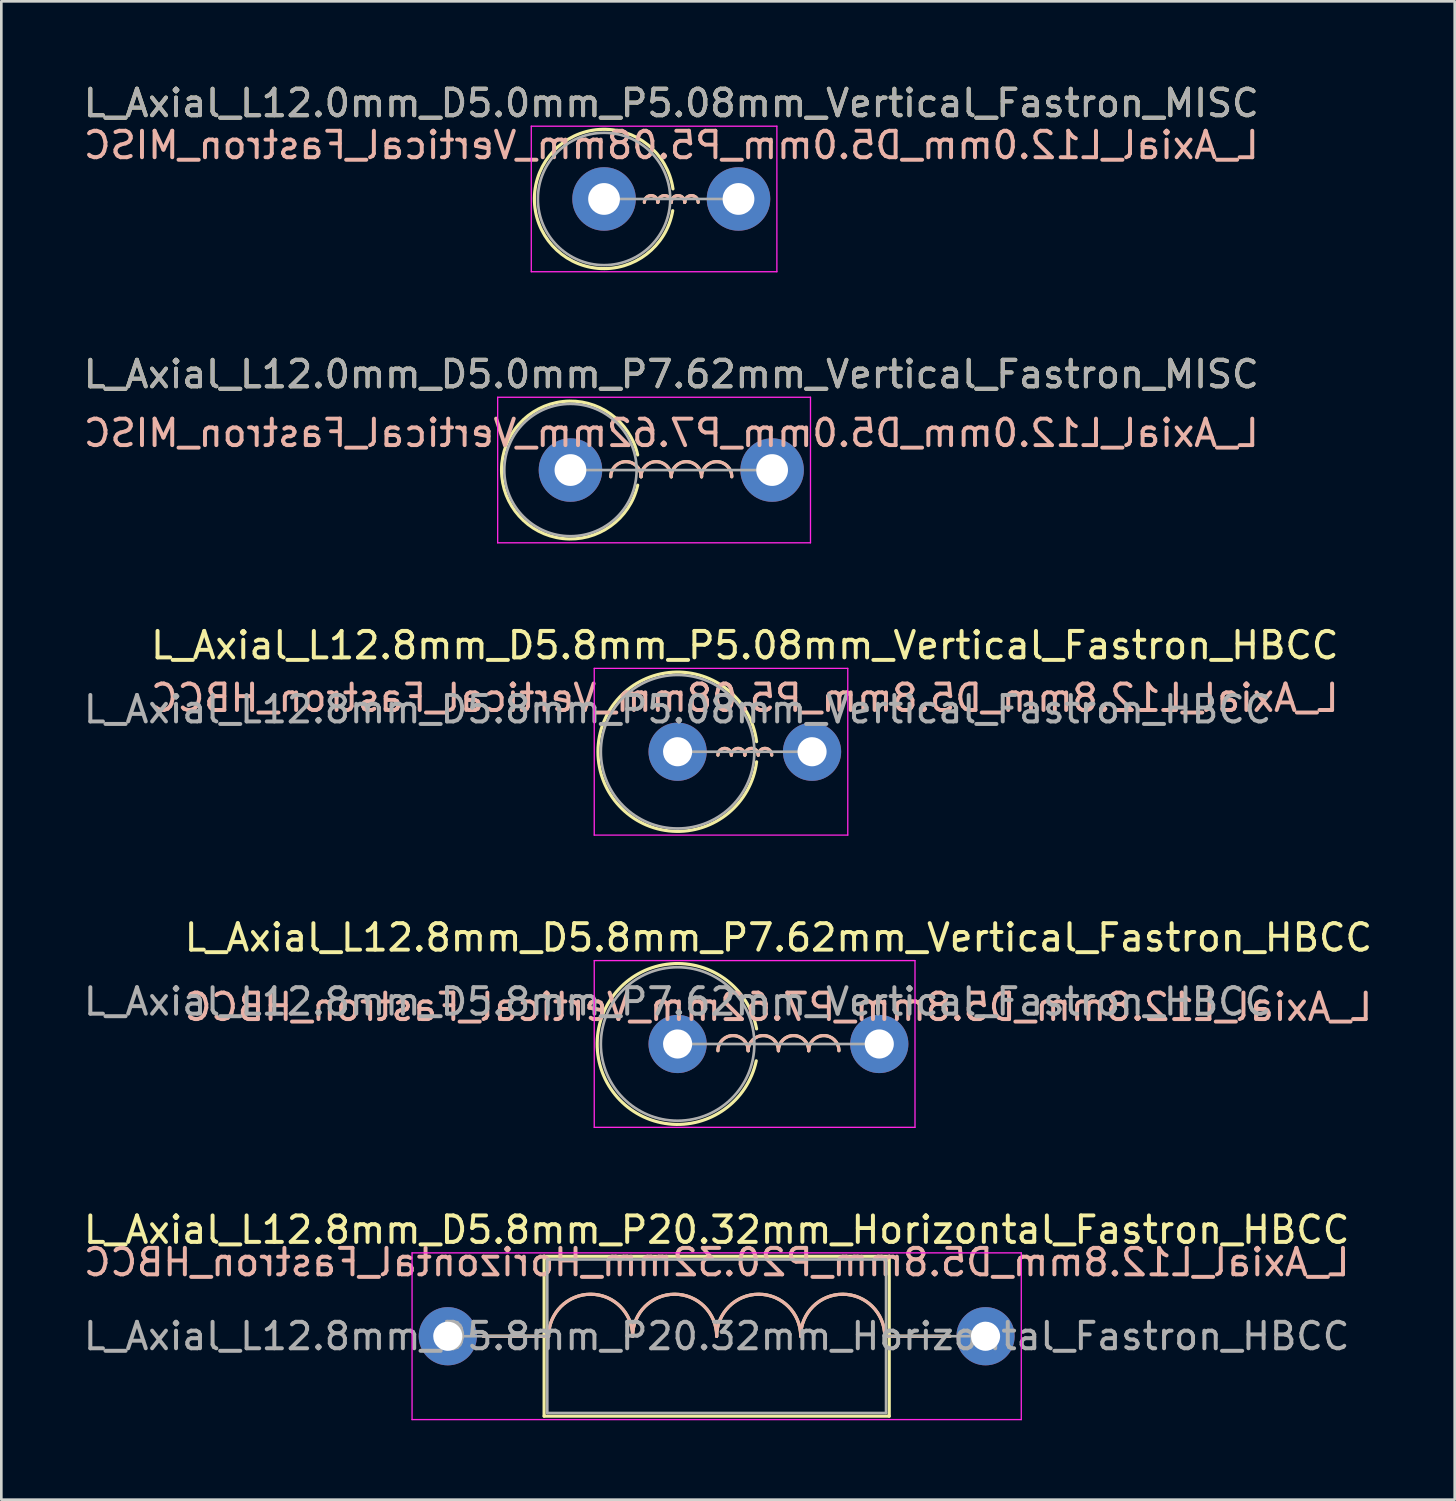
<source format=kicad_pcb>
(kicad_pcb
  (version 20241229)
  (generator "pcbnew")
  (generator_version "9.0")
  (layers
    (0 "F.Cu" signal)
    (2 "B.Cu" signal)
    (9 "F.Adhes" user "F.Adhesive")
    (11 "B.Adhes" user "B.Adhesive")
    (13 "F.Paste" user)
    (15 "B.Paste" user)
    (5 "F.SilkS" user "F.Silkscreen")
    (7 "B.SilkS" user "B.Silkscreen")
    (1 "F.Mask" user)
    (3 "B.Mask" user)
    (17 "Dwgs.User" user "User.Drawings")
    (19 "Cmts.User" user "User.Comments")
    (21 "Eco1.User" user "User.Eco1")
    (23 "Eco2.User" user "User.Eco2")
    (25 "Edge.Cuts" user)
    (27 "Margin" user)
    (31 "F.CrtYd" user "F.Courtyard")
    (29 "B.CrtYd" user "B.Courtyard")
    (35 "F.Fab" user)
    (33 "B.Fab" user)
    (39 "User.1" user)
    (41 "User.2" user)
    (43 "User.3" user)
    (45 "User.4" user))
  (footprint "L_Axial_L12.8mm_D5.8mm_P5.08mm_Vertical_Fastron_HBCC"
    (layer "F.Cu")
    (at 22.554 25.355)
    (property "Reference" "L_Axial_L12.8mm_D5.8mm_P5.08mm_Vertical_Fastron_HBCC" (at 2.54 -4.02 0) (layer "F.SilkS") (effects (font (size 1 1) (thickness 0.15))))
    (fp_arc (start 1.524 0.127) (mid 1.778 -0.127) (end 2.032 0.127) (stroke (width 0.12) (type solid)) (layer "F.SilkS"))
    (fp_arc (start 2.032 0.127) (mid 2.286 -0.127) (end 2.54 0.127) (stroke (width 0.12) (type solid)) (layer "F.SilkS"))
    (fp_arc (start 2.54 0.127) (mid 2.794 -0.127) (end 3.048 0.127) (stroke (width 0.12) (type solid)) (layer "F.SilkS"))
    (fp_arc (start 2.9845 0.381) (mid -3.008721 0) (end 2.9845 -0.381) (stroke (width 0.12) (type solid)) (layer "F.SilkS"))
    (fp_arc (start 3.048 0.127) (mid 3.302 -0.127) (end 3.556 0.127) (stroke (width 0.12) (type solid)) (layer "F.SilkS"))
    (fp_arc (start 1.524 0.127) (mid 1.778 -0.127) (end 2.032 0.127) (stroke (width 0.12) (type solid)) (layer "B.SilkS"))
    (fp_arc (start 2.032 0.127) (mid 2.286 -0.127) (end 2.54 0.127) (stroke (width 0.12) (type solid)) (layer "B.SilkS"))
    (fp_arc (start 2.54 0.127) (mid 2.794 -0.127) (end 3.048 0.127) (stroke (width 0.12) (type solid)) (layer "B.SilkS"))
    (fp_arc (start 3.048 0.127) (mid 3.302 -0.127) (end 3.556 0.127) (stroke (width 0.12) (type solid)) (layer "B.SilkS"))
    (fp_line (start -3.15 -3.15) (end -3.15 3.15) (stroke (width 0.05) (type solid)) (layer "F.CrtYd"))
    (fp_line (start -3.15 3.15) (end 6.43 3.15) (stroke (width 0.05) (type solid)) (layer "F.CrtYd"))
    (fp_line (start 6.43 -3.15) (end -3.15 -3.15) (stroke (width 0.05) (type solid)) (layer "F.CrtYd"))
    (fp_line (start 6.43 3.15) (end 6.43 -3.15) (stroke (width 0.05) (type solid)) (layer "F.CrtYd"))
    (fp_line (start 0 0) (end 5.08 0) (stroke (width 0.1) (type solid)) (layer "F.Fab"))
    (fp_circle (center 0 0) (end 2.9 0) (stroke (width 0.1) (type solid)) (fill no) (layer "F.Fab"))
    (fp_text user "${REFERENCE}" (at 2.54 -2.032 0) (layer "B.SilkS") (effects (font (size 1 1) (thickness 0.15)) (justify mirror)))
    (fp_text user "${REFERENCE}" (at 0 -1.6 0) (layer "F.Fab") (effects (font (size 1 1) (thickness 0.15))))
    (pad "1" thru_hole circle (at 0 0) (size 2.2 2.2) (drill 1.1) (layers "*.Cu" "*.Mask"))
    (pad "2" thru_hole oval (at 5.08 0) (size 2.2 2.2) (drill 1.1) (layers "*.Cu" "*.Mask")))
  (footprint "L_Axial_L12.0mm_D5.0mm_P5.08mm_Vertical_Fastron_MISC"
    (layer "F.Cu")
    (at 19.775 4.468)
    (property "Reference" "L_Axial_L12.0mm_D5.0mm_P5.08mm_Vertical_Fastron_MISC" (at 2.54 -3.62 0) (layer "F.SilkS") (effects (font (size 1 1) (thickness 0.15))))
    (fp_arc (start 1.524 0.127) (mid 1.778 -0.127) (end 2.032 0.127) (stroke (width 0.12) (type solid)) (layer "F.SilkS"))
    (fp_arc (start 2.032 0.127) (mid 2.286 -0.127) (end 2.54 0.127) (stroke (width 0.12) (type solid)) (layer "F.SilkS"))
    (fp_arc (start 2.54 0.127) (mid 2.794 -0.127) (end 3.048 0.127) (stroke (width 0.12) (type solid)) (layer "F.SilkS"))
    (fp_arc (start 2.5937 0.442827) (mid -2.631045 -0.031299) (end 2.6035 -0.381) (stroke (width 0.12) (type solid)) (layer "F.SilkS"))
    (fp_arc (start 3.048 0.127) (mid 3.302 -0.127) (end 3.556 0.127) (stroke (width 0.12) (type solid)) (layer "F.SilkS"))
    (fp_arc (start 1.524 0.127) (mid 1.778 -0.127) (end 2.032 0.127) (stroke (width 0.12) (type solid)) (layer "B.SilkS"))
    (fp_arc (start 2.032 0.127) (mid 2.286 -0.127) (end 2.54 0.127) (stroke (width 0.12) (type solid)) (layer "B.SilkS"))
    (fp_arc (start 2.54 0.127) (mid 2.794 -0.127) (end 3.048 0.127) (stroke (width 0.12) (type solid)) (layer "B.SilkS"))
    (fp_arc (start 3.048 0.127) (mid 3.302 -0.127) (end 3.556 0.127) (stroke (width 0.12) (type solid)) (layer "B.SilkS"))
    (fp_line (start -2.75 -2.75) (end -2.75 2.75) (stroke (width 0.05) (type solid)) (layer "F.CrtYd"))
    (fp_line (start -2.75 2.75) (end 6.53 2.75) (stroke (width 0.05) (type solid)) (layer "F.CrtYd"))
    (fp_line (start 6.53 -2.75) (end -2.75 -2.75) (stroke (width 0.05) (type solid)) (layer "F.CrtYd"))
    (fp_line (start 6.53 2.75) (end 6.53 -2.75) (stroke (width 0.05) (type solid)) (layer "F.CrtYd"))
    (fp_line (start 0 0) (end 5.08 0) (stroke (width 0.1) (type solid)) (layer "F.Fab"))
    (fp_circle (center 0 0) (end 2.5 0) (stroke (width 0.1) (type solid)) (fill no) (layer "F.Fab"))
    (fp_text user "${REFERENCE}" (at 2.54 -2.032 0) (layer "B.SilkS") (effects (font (size 1 1) (thickness 0.15)) (justify mirror)))
    (fp_text user "${REFERENCE}" (at 2.54 -3.62 0) (layer "F.Fab") (effects (font (size 1 1) (thickness 0.15))))
    (pad "1" thru_hole circle (at 0 0) (size 2.4 2.4) (drill 1.2) (layers "*.Cu" "*.Mask"))
    (pad "2" thru_hole oval (at 5.08 0) (size 2.4 2.4) (drill 1.2) (layers "*.Cu" "*.Mask")))
  (footprint "L_Axial_L12.8mm_D5.8mm_P7.62mm_Vertical_Fastron_HBCC"
    (layer "F.Cu")
    (at 22.554 36.398)
    (property "Reference" "L_Axial_L12.8mm_D5.8mm_P7.62mm_Vertical_Fastron_HBCC" (at 3.81 -4.02 0) (layer "F.SilkS") (effects (font (size 1 1) (thickness 0.15))))
    (fp_arc (start 1.524 0.254) (mid 2.0955 -0.3175) (end 2.667 0.254) (stroke (width 0.12) (type solid)) (layer "F.SilkS"))
    (fp_arc (start 2.667 0.254) (mid 3.2385 -0.3175) (end 3.81 0.254) (stroke (width 0.12) (type solid)) (layer "F.SilkS"))
    (fp_arc (start 2.971329 0.636439) (mid -3.038545 -0.033131) (end 2.9845 -0.5715) (stroke (width 0.12) (type solid)) (layer "F.SilkS"))
    (fp_arc (start 3.81 0.254) (mid 4.3815 -0.3175) (end 4.953 0.254) (stroke (width 0.12) (type solid)) (layer "F.SilkS"))
    (fp_arc (start 4.953 0.254) (mid 5.5245 -0.3175) (end 6.096 0.254) (stroke (width 0.12) (type solid)) (layer "F.SilkS"))
    (fp_arc (start 1.524 0.254) (mid 2.0955 -0.3175) (end 2.667 0.254) (stroke (width 0.12) (type solid)) (layer "B.SilkS"))
    (fp_arc (start 2.667 0.254) (mid 3.2385 -0.3175) (end 3.81 0.254) (stroke (width 0.12) (type solid)) (layer "B.SilkS"))
    (fp_arc (start 3.81 0.254) (mid 4.3815 -0.3175) (end 4.953 0.254) (stroke (width 0.12) (type solid)) (layer "B.SilkS"))
    (fp_arc (start 4.953 0.254) (mid 5.5245 -0.3175) (end 6.096 0.254) (stroke (width 0.12) (type solid)) (layer "B.SilkS"))
    (fp_line (start -3.15 -3.15) (end -3.15 3.15) (stroke (width 0.05) (type solid)) (layer "F.CrtYd"))
    (fp_line (start -3.15 3.15) (end 8.97 3.15) (stroke (width 0.05) (type solid)) (layer "F.CrtYd"))
    (fp_line (start 8.97 -3.15) (end -3.15 -3.15) (stroke (width 0.05) (type solid)) (layer "F.CrtYd"))
    (fp_line (start 8.97 3.15) (end 8.97 -3.15) (stroke (width 0.05) (type solid)) (layer "F.CrtYd"))
    (fp_line (start 0 0) (end 7.62 0) (stroke (width 0.1) (type solid)) (layer "F.Fab"))
    (fp_circle (center 0 0) (end 2.9 0) (stroke (width 0.1) (type solid)) (fill no) (layer "F.Fab"))
    (fp_text user "${REFERENCE}" (at 3.81 -1.397 0) (layer "B.SilkS") (effects (font (size 1 1) (thickness 0.15)) (justify mirror)))
    (fp_text user "${REFERENCE}" (at 0 -1.6 0) (layer "F.Fab") (effects (font (size 1 1) (thickness 0.15))))
    (pad "1" thru_hole circle (at 0 0) (size 2.2 2.2) (drill 1.1) (layers "*.Cu" "*.Mask"))
    (pad "2" thru_hole oval (at 7.62 0) (size 2.2 2.2) (drill 1.1) (layers "*.Cu" "*.Mask")))
  (footprint "L_Axial_L12.8mm_D5.8mm_P20.32mm_Horizontal_Fastron_HBCC"
    (layer "F.Cu")
    (at 13.87 47.441)
    (property "Reference" "L_Axial_L12.8mm_D5.8mm_P20.32mm_Horizontal_Fastron_HBCC" (at 10.16 -4.02 0) (layer "F.SilkS") (effects (font (size 1 1) (thickness 0.15))))
    (fp_line (start 1.34 0) (end 3.64 0) (stroke (width 0.12) (type solid)) (layer "F.SilkS"))
    (fp_line (start 3.64 -3.02) (end 3.64 3.02) (stroke (width 0.12) (type solid)) (layer "F.SilkS"))
    (fp_line (start 3.64 3.02) (end 16.68 3.02) (stroke (width 0.12) (type solid)) (layer "F.SilkS"))
    (fp_line (start 3.81 0) (end 3.619 0) (stroke (width 0.12) (type solid)) (layer "F.SilkS"))
    (fp_line (start 16.51 0) (end 16.68 0) (stroke (width 0.12) (type solid)) (layer "F.SilkS"))
    (fp_line (start 16.68 -3.02) (end 3.64 -3.02) (stroke (width 0.12) (type solid)) (layer "F.SilkS"))
    (fp_line (start 16.68 3.02) (end 16.68 -3.02) (stroke (width 0.12) (type solid)) (layer "F.SilkS"))
    (fp_line (start 18.98 0) (end 16.68 0) (stroke (width 0.12) (type solid)) (layer "F.SilkS"))
    (fp_arc (start 3.81 0) (mid 5.3975 -1.5875) (end 6.985 0) (stroke (width 0.12) (type solid)) (layer "F.SilkS"))
    (fp_arc (start 6.985 0) (mid 8.5725 -1.5875) (end 10.16 0) (stroke (width 0.12) (type solid)) (layer "F.SilkS"))
    (fp_arc (start 10.16 0) (mid 11.7475 -1.5875) (end 13.335 0) (stroke (width 0.12) (type solid)) (layer "F.SilkS"))
    (fp_arc (start 13.335 0) (mid 14.9225 -1.5875) (end 16.51 0) (stroke (width 0.12) (type solid)) (layer "F.SilkS"))
    (fp_line (start 1.34 0) (end 3.64 0) (stroke (width 0.12) (type solid)) (layer "B.SilkS"))
    (fp_line (start 3.81 0) (end 3.64 0) (stroke (width 0.12) (type solid)) (layer "B.SilkS"))
    (fp_line (start 16.51 0) (end 16.701 0) (stroke (width 0.12) (type solid)) (layer "B.SilkS"))
    (fp_line (start 18.98 0) (end 16.68 0) (stroke (width 0.12) (type solid)) (layer "B.SilkS"))
    (fp_arc (start 3.81 0) (mid 5.3975 -1.5875) (end 6.985 0) (stroke (width 0.12) (type solid)) (layer "B.SilkS"))
    (fp_arc (start 6.985 0) (mid 8.5725 -1.5875) (end 10.16 0) (stroke (width 0.12) (type solid)) (layer "B.SilkS"))
    (fp_arc (start 10.16 0) (mid 11.7475 -1.5875) (end 13.335 0) (stroke (width 0.12) (type solid)) (layer "B.SilkS"))
    (fp_arc (start 13.335 0) (mid 14.9225 -1.5875) (end 16.51 0) (stroke (width 0.12) (type solid)) (layer "B.SilkS"))
    (fp_line (start -1.35 -3.15) (end -1.35 3.15) (stroke (width 0.05) (type solid)) (layer "F.CrtYd"))
    (fp_line (start -1.35 3.15) (end 21.67 3.15) (stroke (width 0.05) (type solid)) (layer "F.CrtYd"))
    (fp_line (start 21.67 -3.15) (end -1.35 -3.15) (stroke (width 0.05) (type solid)) (layer "F.CrtYd"))
    (fp_line (start 21.67 3.15) (end 21.67 -3.15) (stroke (width 0.05) (type solid)) (layer "F.CrtYd"))
    (fp_line (start 0 0) (end 3.76 0) (stroke (width 0.1) (type solid)) (layer "F.Fab"))
    (fp_line (start 3.76 -2.9) (end 3.76 2.9) (stroke (width 0.1) (type solid)) (layer "F.Fab"))
    (fp_line (start 3.76 2.9) (end 16.56 2.9) (stroke (width 0.1) (type solid)) (layer "F.Fab"))
    (fp_line (start 16.56 -2.9) (end 3.76 -2.9) (stroke (width 0.1) (type solid)) (layer "F.Fab"))
    (fp_line (start 16.56 2.9) (end 16.56 -2.9) (stroke (width 0.1) (type solid)) (layer "F.Fab"))
    (fp_line (start 20.32 0) (end 16.56 0) (stroke (width 0.1) (type solid)) (layer "F.Fab"))
    (fp_text user "${REFERENCE}" (at 10.16 -2.794 0) (layer "B.SilkS") (effects (font (size 1 1) (thickness 0.15)) (justify mirror)))
    (fp_text user "${REFERENCE}" (at 10.16 0 0) (layer "F.Fab") (effects (font (size 1 1) (thickness 0.15))))
    (pad "1" thru_hole circle (at 0 0) (size 2.2 2.2) (drill 1.1) (layers "*.Cu" "*.Mask"))
    (pad "2" thru_hole oval (at 20.32 0) (size 2.2 2.2) (drill 1.1) (layers "*.Cu" "*.Mask")))
  (footprint "L_Axial_L12.0mm_D5.0mm_P7.62mm_Vertical_Fastron_MISC"
    (layer "F.Cu")
    (at 18.505 14.711)
    (property "Reference" "L_Axial_L12.0mm_D5.0mm_P7.62mm_Vertical_Fastron_MISC" (at 3.81 -3.62 0) (layer "F.SilkS") (effects (font (size 1 1) (thickness 0.15))))
    (fp_arc (start 1.524 0.254) (mid 2.0955 -0.3175) (end 2.667 0.254) (stroke (width 0.12) (type solid)) (layer "F.SilkS"))
    (fp_arc (start 2.54 0.5715) (mid -2.6035 0) (end 2.54 -0.5715) (stroke (width 0.12) (type solid)) (layer "F.SilkS"))
    (fp_arc (start 2.667 0.254) (mid 3.2385 -0.3175) (end 3.81 0.254) (stroke (width 0.12) (type solid)) (layer "F.SilkS"))
    (fp_arc (start 3.81 0.254) (mid 4.3815 -0.3175) (end 4.953 0.254) (stroke (width 0.12) (type solid)) (layer "F.SilkS"))
    (fp_arc (start 4.953 0.254) (mid 5.5245 -0.3175) (end 6.096 0.254) (stroke (width 0.12) (type solid)) (layer "F.SilkS"))
    (fp_arc (start 1.524 0.254) (mid 2.0955 -0.3175) (end 2.667 0.254) (stroke (width 0.12) (type solid)) (layer "B.SilkS"))
    (fp_arc (start 2.667 0.254) (mid 3.2385 -0.3175) (end 3.81 0.254) (stroke (width 0.12) (type solid)) (layer "B.SilkS"))
    (fp_arc (start 3.81 0.254) (mid 4.3815 -0.3175) (end 4.953 0.254) (stroke (width 0.12) (type solid)) (layer "B.SilkS"))
    (fp_arc (start 4.953 0.254) (mid 5.5245 -0.3175) (end 6.096 0.254) (stroke (width 0.12) (type solid)) (layer "B.SilkS"))
    (fp_line (start -2.75 -2.75) (end -2.75 2.75) (stroke (width 0.05) (type solid)) (layer "F.CrtYd"))
    (fp_line (start -2.75 2.75) (end 9.07 2.75) (stroke (width 0.05) (type solid)) (layer "F.CrtYd"))
    (fp_line (start 9.07 -2.75) (end -2.75 -2.75) (stroke (width 0.05) (type solid)) (layer "F.CrtYd"))
    (fp_line (start 9.07 2.75) (end 9.07 -2.75) (stroke (width 0.05) (type solid)) (layer "F.CrtYd"))
    (fp_line (start 0 0) (end 7.62 0) (stroke (width 0.1) (type solid)) (layer "F.Fab"))
    (fp_circle (center 0 0) (end 2.5 0) (stroke (width 0.1) (type solid)) (fill no) (layer "F.Fab"))
    (fp_text user "${REFERENCE}" (at 3.81 -1.397 0) (layer "B.SilkS") (effects (font (size 1 1) (thickness 0.15)) (justify mirror)))
    (fp_text user "${REFERENCE}" (at 3.81 -3.62 0) (layer "F.Fab") (effects (font (size 1 1) (thickness 0.15))))
    (pad "1" thru_hole circle (at 0 0) (size 2.4 2.4) (drill 1.2) (layers "*.Cu" "*.Mask"))
    (pad "2" thru_hole oval (at 7.62 0) (size 2.4 2.4) (drill 1.2) (layers "*.Cu" "*.Mask")))
  (gr_rect
    (start -3 -3)
    (end 51.917 53.616)
    (stroke (width 0.1) (type default))
    (fill no)
    (layer "Edge.Cuts")))
</source>
